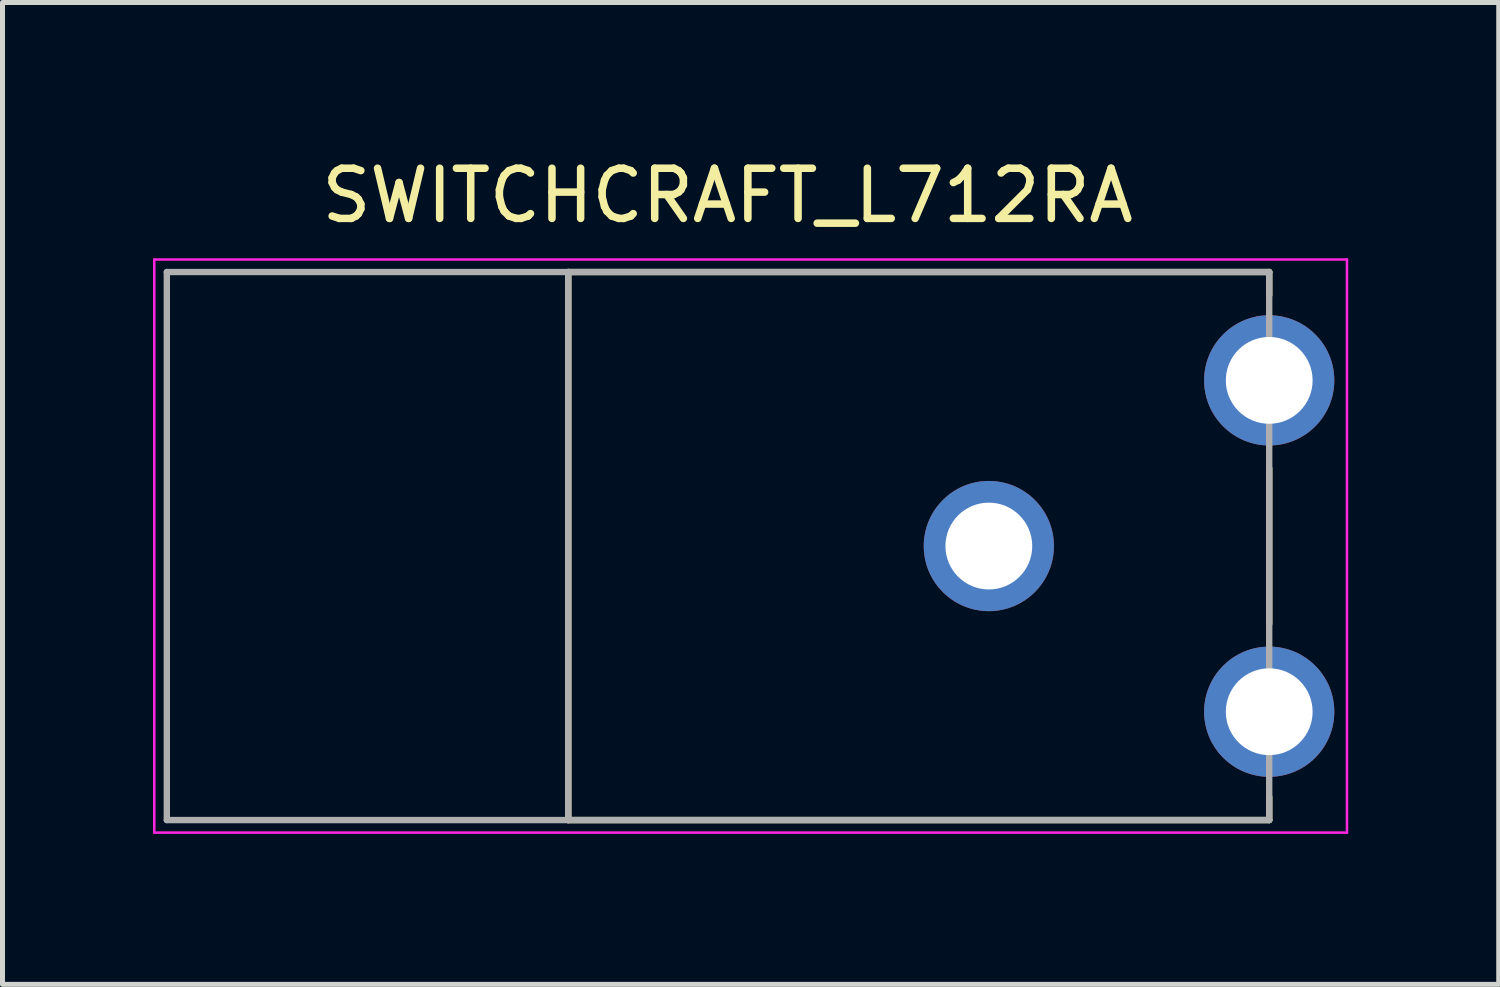
<source format=kicad_pcb>
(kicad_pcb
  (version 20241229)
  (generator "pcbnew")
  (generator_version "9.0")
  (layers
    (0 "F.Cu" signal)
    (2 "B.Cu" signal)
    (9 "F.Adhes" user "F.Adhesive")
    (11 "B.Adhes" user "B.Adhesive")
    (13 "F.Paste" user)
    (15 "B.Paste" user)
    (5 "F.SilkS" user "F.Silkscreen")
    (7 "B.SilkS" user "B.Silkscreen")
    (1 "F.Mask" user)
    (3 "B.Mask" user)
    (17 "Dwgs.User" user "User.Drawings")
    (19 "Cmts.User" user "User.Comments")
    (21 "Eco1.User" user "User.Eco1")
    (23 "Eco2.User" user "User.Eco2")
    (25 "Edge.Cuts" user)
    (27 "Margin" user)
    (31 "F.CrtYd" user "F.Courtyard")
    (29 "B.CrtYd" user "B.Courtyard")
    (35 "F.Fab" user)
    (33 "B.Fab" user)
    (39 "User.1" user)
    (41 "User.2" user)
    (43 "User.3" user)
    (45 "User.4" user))
  (footprint "SWITCHCRAFT_L712RA"
    (layer "F.Cu")
    (at 22.246 7.833)
    (property "Reference" "SWITCHCRAFT_L712RA" (at -10.795 -6.985 0) (layer "F.SilkS") (effects (font (size 1 1) (thickness 0.15))))
    (attr through_hole)
    (fp_line (start -13.97 -5.461) (end 0 -5.461) (stroke (width 0.127) (type solid)) (layer "F.SilkS"))
    (fp_line (start -13.97 5.461) (end -13.97 -5.461) (stroke (width 0.127) (type solid)) (layer "F.SilkS"))
    (fp_line (start 0 -5.461) (end 0 -5) (stroke (width 0.127) (type solid)) (layer "F.SilkS"))
    (fp_line (start 0 -1.55) (end 0 1.55) (stroke (width 0.127) (type solid)) (layer "F.SilkS"))
    (fp_line (start 0 5) (end 0 5.461) (stroke (width 0.127) (type solid)) (layer "F.SilkS"))
    (fp_line (start 0 5.461) (end -13.97 5.461) (stroke (width 0.127) (type solid)) (layer "F.SilkS"))
    (fp_line (start -22.221 -5.711) (end 1.55 -5.711) (stroke (width 0.05) (type solid)) (layer "F.CrtYd"))
    (fp_line (start -22.221 5.711) (end -22.221 -5.711) (stroke (width 0.05) (type solid)) (layer "F.CrtYd"))
    (fp_line (start 1.55 -5.711) (end 1.55 5.711) (stroke (width 0.05) (type solid)) (layer "F.CrtYd"))
    (fp_line (start 1.55 5.711) (end -22.221 5.711) (stroke (width 0.05) (type solid)) (layer "F.CrtYd"))
    (fp_line (start -21.971 -5.461) (end -13.97 -5.461) (stroke (width 0.127) (type solid)) (layer "F.Fab"))
    (fp_line (start -21.971 5.461) (end -21.971 -5.461) (stroke (width 0.127) (type solid)) (layer "F.Fab"))
    (fp_line (start -13.97 -5.461) (end 0 -5.461) (stroke (width 0.127) (type solid)) (layer "F.Fab"))
    (fp_line (start -13.97 5.461) (end -21.971 5.461) (stroke (width 0.127) (type solid)) (layer "F.Fab"))
    (fp_line (start -13.97 5.461) (end -13.97 -5.461) (stroke (width 0.127) (type solid)) (layer "F.Fab"))
    (fp_line (start 0 -5.461) (end 0 5.461) (stroke (width 0.127) (type solid)) (layer "F.Fab"))
    (fp_line (start 0 5.461) (end -13.97 5.461) (stroke (width 0.127) (type solid)) (layer "F.Fab"))
    (pad "C" thru_hole circle (at 0 -3.302) (size 2.595 2.595) (drill 1.73) (layers "*.Cu" "*.Mask"))
    (pad "S" thru_hole circle (at -5.588 0) (size 2.595 2.595) (drill 1.73) (layers "*.Cu" "*.Mask"))
    (pad "SS" thru_hole circle (at 0 3.302) (size 2.595 2.595) (drill 1.73) (layers "*.Cu" "*.Mask")))
  (gr_rect
    (start -3 -3)
    (end 26.821 16.569)
    (stroke (width 0.1) (type default))
    (fill no)
    (layer "Edge.Cuts")))
</source>
